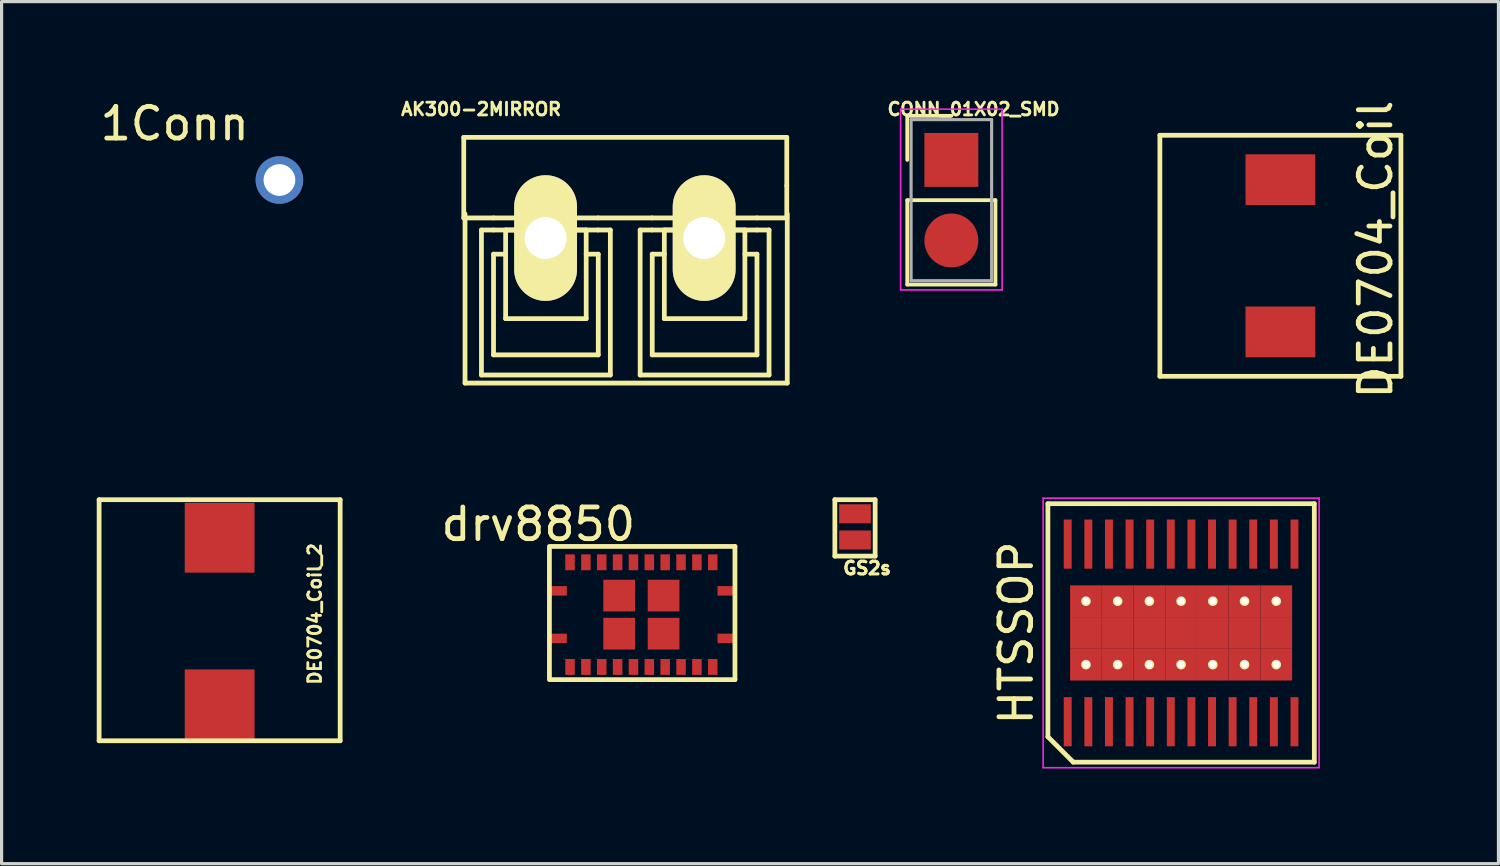
<source format=kicad_pcb>
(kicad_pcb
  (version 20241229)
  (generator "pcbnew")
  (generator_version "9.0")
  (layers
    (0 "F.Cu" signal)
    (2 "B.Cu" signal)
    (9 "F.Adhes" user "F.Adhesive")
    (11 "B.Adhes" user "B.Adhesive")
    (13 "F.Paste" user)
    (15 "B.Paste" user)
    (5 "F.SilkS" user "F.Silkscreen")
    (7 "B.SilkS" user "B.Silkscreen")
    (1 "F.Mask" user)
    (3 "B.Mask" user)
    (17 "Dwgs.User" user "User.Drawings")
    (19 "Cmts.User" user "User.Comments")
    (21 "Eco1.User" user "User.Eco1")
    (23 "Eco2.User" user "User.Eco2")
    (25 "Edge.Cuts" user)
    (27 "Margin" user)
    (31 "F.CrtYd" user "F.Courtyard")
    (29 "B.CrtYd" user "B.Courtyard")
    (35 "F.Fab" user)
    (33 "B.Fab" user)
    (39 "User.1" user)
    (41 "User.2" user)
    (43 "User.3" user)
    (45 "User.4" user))
  (footprint "CONN_01X02_SMD"
    (layer "F.Cu")
    (at 26.946 1.992)
    (property "Reference" "CONN_01X02_SMD" (at 0.7 -1.6 180) (layer "F.SilkS") (effects (font (size 0.4 0.4) (thickness 0.09))))
    (attr through_hole)
    (fp_line (start -1.39 -1.39) (end 0 -1.39) (stroke (width 0.12) (type solid)) (layer "F.SilkS"))
    (fp_line (start -1.39 0) (end -1.39 -1.39) (stroke (width 0.12) (type solid)) (layer "F.SilkS"))
    (fp_line (start -1.39 1.27) (end -1.39 3.93) (stroke (width 0.12) (type solid)) (layer "F.SilkS"))
    (fp_line (start -1.39 3.93) (end 1.39 3.93) (stroke (width 0.12) (type solid)) (layer "F.SilkS"))
    (fp_line (start 1.39 1.27) (end -1.39 1.27) (stroke (width 0.12) (type solid)) (layer "F.SilkS"))
    (fp_line (start 1.39 3.93) (end 1.39 1.27) (stroke (width 0.12) (type solid)) (layer "F.SilkS"))
    (fp_line (start -1.6 -1.6) (end -1.6 4.1) (stroke (width 0.05) (type solid)) (layer "F.CrtYd"))
    (fp_line (start -1.6 4.1) (end 1.6 4.1) (stroke (width 0.05) (type solid)) (layer "F.CrtYd"))
    (fp_line (start 1.6 -1.6) (end -1.6 -1.6) (stroke (width 0.05) (type solid)) (layer "F.CrtYd"))
    (fp_line (start 1.6 4.1) (end 1.6 -1.6) (stroke (width 0.05) (type solid)) (layer "F.CrtYd"))
    (fp_line (start -1.27 -1.27) (end -1.27 3.81) (stroke (width 0.1) (type solid)) (layer "F.Fab"))
    (fp_line (start -1.27 3.81) (end 1.27 3.81) (stroke (width 0.1) (type solid)) (layer "F.Fab"))
    (fp_line (start 1.27 -1.27) (end -1.27 -1.27) (stroke (width 0.1) (type solid)) (layer "F.Fab"))
    (fp_line (start 1.27 3.81) (end 1.27 -1.27) (stroke (width 0.1) (type solid)) (layer "F.Fab"))
    (pad "1" smd rect (at 0 0) (size 1.7 1.7) (layers "F.Cu" "F.Mask" "F.Paste"))
    (pad "2" smd oval (at 0 2.54) (size 1.7 1.7) (layers "F.Cu" "F.Mask" "F.Paste")))
  (footprint "1Conn"
    (layer "F.Cu")
    (at 5.76 2.626)
    (property "Reference" "1Conn" (at -3.302 -1.778 0) (layer "F.SilkS") (effects (font (size 1 1) (thickness 0.15))))
    (attr through_hole)
    (pad "1" thru_hole circle (at 0 0) (size 1.5 1.5) (drill 1) (layers "*.Cu" "*.Mask")))
  (footprint "DE0704_Coil"
    (layer "F.Cu")
    (at 37.321 7.415)
    (property "Reference" "DE0704_Coil" (at 3 -2.6 90) (layer "F.SilkS") (effects (font (size 1 1) (thickness 0.15))))
    (attr through_hole)
    (fp_line (start -3.8 -6.2) (end -3.8 1.4) (stroke (width 0.15) (type solid)) (layer "F.SilkS"))
    (fp_line (start -3.8 1.4) (end 3.8 1.4) (stroke (width 0.15) (type solid)) (layer "F.SilkS"))
    (fp_line (start 3.8 -6.2) (end -3.8 -6.2) (stroke (width 0.15) (type solid)) (layer "F.SilkS"))
    (fp_line (start 3.8 1.4) (end 3.8 -6.2) (stroke (width 0.15) (type solid)) (layer "F.SilkS"))
    (pad "1" smd rect (at 0 0) (size 2.2 1.6) (layers "F.Cu" "F.Mask" "F.Paste"))
    (pad "2" smd rect (at 0 -4.8) (size 2.2 1.6) (layers "F.Cu" "F.Mask" "F.Paste")))
  (footprint "AK300-2MIRROR"
    (layer "F.Cu")
    (at 14.152 4.456)
    (property "Reference" "AK300-2MIRROR" (at -2.032 -4.064 0) (layer "F.SilkS") (effects (font (size 0.4 0.4) (thickness 0.09))))
    (attr exclude_from_pos_files exclude_from_bom)
    (fp_line (start -2.58 -3.175) (end 7.605 -3.175) (stroke (width 0.15) (type solid)) (layer "F.SilkS"))
    (fp_line (start -2.58 -0.635) (end -2.58 -3.175) (stroke (width 0.15) (type solid)) (layer "F.SilkS"))
    (fp_line (start -2.58 -0.635) (end -1.641 -0.635) (stroke (width 0.15) (type solid)) (layer "F.SilkS"))
    (fp_line (start -2.54 -0.762) (end -2.54 4.572) (stroke (width 0.15) (type solid)) (layer "F.SilkS"))
    (fp_line (start -2.54 4.572) (end 7.62 4.572) (stroke (width 0.15) (type solid)) (layer "F.SilkS"))
    (fp_line (start -2.022 -0.254) (end -2.022 4.318) (stroke (width 0.15) (type solid)) (layer "F.SilkS"))
    (fp_line (start -2.022 -0.254) (end -1.641 -0.254) (stroke (width 0.15) (type solid)) (layer "F.SilkS"))
    (fp_line (start -1.641 -0.635) (end 1.661 -0.635) (stroke (width 0.15) (type solid)) (layer "F.SilkS"))
    (fp_line (start -1.641 0.508) (end -1.26 0.508) (stroke (width 0.15) (type solid)) (layer "F.SilkS"))
    (fp_line (start -1.641 3.683) (end -1.641 0.508) (stroke (width 0.15) (type solid)) (layer "F.SilkS"))
    (fp_line (start -1.26 -0.254) (end 1.28 -0.254) (stroke (width 0.15) (type solid)) (layer "F.SilkS"))
    (fp_line (start -1.26 2.54) (end -1.26 -0.254) (stroke (width 0.15) (type solid)) (layer "F.SilkS"))
    (fp_line (start -1.26 2.54) (end 1.28 2.54) (stroke (width 0.15) (type solid)) (layer "F.SilkS"))
    (fp_line (start 1.28 2.54) (end 1.28 -0.254) (stroke (width 0.15) (type solid)) (layer "F.SilkS"))
    (fp_line (start 1.661 -0.635) (end 3.363 -0.635) (stroke (width 0.15) (type solid)) (layer "F.SilkS"))
    (fp_line (start 1.661 -0.254) (end -1.641 -0.254) (stroke (width 0.15) (type solid)) (layer "F.SilkS"))
    (fp_line (start 1.661 0.508) (end 1.28 0.508) (stroke (width 0.15) (type solid)) (layer "F.SilkS"))
    (fp_line (start 1.661 3.683) (end -1.641 3.683) (stroke (width 0.15) (type solid)) (layer "F.SilkS"))
    (fp_line (start 1.661 3.683) (end 1.661 0.508) (stroke (width 0.15) (type solid)) (layer "F.SilkS"))
    (fp_line (start 2.042 -0.254) (end 1.661 -0.254) (stroke (width 0.15) (type solid)) (layer "F.SilkS"))
    (fp_line (start 2.042 4.318) (end -2.022 4.318) (stroke (width 0.15) (type solid)) (layer "F.SilkS"))
    (fp_line (start 2.042 4.318) (end 2.042 -0.254) (stroke (width 0.15) (type solid)) (layer "F.SilkS"))
    (fp_line (start 2.982 -0.254) (end 3.363 -0.254) (stroke (width 0.15) (type solid)) (layer "F.SilkS"))
    (fp_line (start 2.982 4.318) (end 2.982 -0.254) (stroke (width 0.15) (type solid)) (layer "F.SilkS"))
    (fp_line (start 2.982 4.318) (end 7.046 4.318) (stroke (width 0.15) (type solid)) (layer "F.SilkS"))
    (fp_line (start 3.363 -0.254) (end 6.665 -0.254) (stroke (width 0.15) (type solid)) (layer "F.SilkS"))
    (fp_line (start 3.363 0.508) (end 3.744 0.508) (stroke (width 0.15) (type solid)) (layer "F.SilkS"))
    (fp_line (start 3.363 3.683) (end 3.363 0.508) (stroke (width 0.15) (type solid)) (layer "F.SilkS"))
    (fp_line (start 3.744 -0.254) (end 6.284 -0.254) (stroke (width 0.15) (type solid)) (layer "F.SilkS"))
    (fp_line (start 3.744 2.54) (end 3.744 -0.254) (stroke (width 0.15) (type solid)) (layer "F.SilkS"))
    (fp_line (start 3.744 2.54) (end 6.284 2.54) (stroke (width 0.15) (type solid)) (layer "F.SilkS"))
    (fp_line (start 6.284 2.54) (end 6.284 -0.254) (stroke (width 0.15) (type solid)) (layer "F.SilkS"))
    (fp_line (start 6.665 -0.635) (end 3.363 -0.635) (stroke (width 0.15) (type solid)) (layer "F.SilkS"))
    (fp_line (start 6.665 0.508) (end 6.284 0.508) (stroke (width 0.15) (type solid)) (layer "F.SilkS"))
    (fp_line (start 6.665 3.683) (end 3.363 3.683) (stroke (width 0.15) (type solid)) (layer "F.SilkS"))
    (fp_line (start 6.665 3.683) (end 6.665 0.508) (stroke (width 0.15) (type solid)) (layer "F.SilkS"))
    (fp_line (start 7.046 -0.254) (end 6.665 -0.254) (stroke (width 0.15) (type solid)) (layer "F.SilkS"))
    (fp_line (start 7.046 -0.254) (end 7.046 4.318) (stroke (width 0.15) (type solid)) (layer "F.SilkS"))
    (fp_line (start 7.605 -3.175) (end 7.605 -1.651) (stroke (width 0.15) (type solid)) (layer "F.SilkS"))
    (fp_line (start 7.605 -1.651) (end 7.605 -0.635) (stroke (width 0.15) (type solid)) (layer "F.SilkS"))
    (fp_line (start 7.605 -0.635) (end 6.665 -0.635) (stroke (width 0.15) (type solid)) (layer "F.SilkS"))
    (fp_line (start 7.62 4.572) (end 7.62 -0.762) (stroke (width 0.15) (type solid)) (layer "F.SilkS"))
    (pad "1" thru_hole oval (at 5 0) (size 1.981 3.962) (drill 1.321) (layers "*.Cu" "F.Mask" "F.SilkS" "F.Paste"))
    (pad "2" thru_hole oval (at 0 0) (size 1.981 3.962) (drill 1.321) (layers "*.Cu" "F.Mask" "F.SilkS" "F.Paste")))
  (footprint "DE0704_Coil_2"
    (layer "F.Cu")
    (at 3.875 18.906)
    (property "Reference" "DE0704_Coil_2" (at 3 -2.6 90) (layer "F.SilkS") (effects (font (size 0.4 0.4) (thickness 0.09))))
    (attr through_hole)
    (fp_line (start -3.8 -6.2) (end -3.8 1.4) (stroke (width 0.15) (type solid)) (layer "F.SilkS"))
    (fp_line (start -3.8 1.4) (end 3.8 1.4) (stroke (width 0.15) (type solid)) (layer "F.SilkS"))
    (fp_line (start 3.8 -6.2) (end -3.8 -6.2) (stroke (width 0.15) (type solid)) (layer "F.SilkS"))
    (fp_line (start 3.8 1.4) (end 3.8 -6.2) (stroke (width 0.15) (type solid)) (layer "F.SilkS"))
    (pad "1" smd rect (at 0 0.25) (size 2.2 2.2) (layers "F.Cu" "F.Mask" "F.Paste"))
    (pad "2" smd rect (at 0 -5) (size 2.2 2.2) (layers "F.Cu" "F.Mask" "F.Paste")))
  (footprint "HTSSOP"
    (layer "F.Cu")
    (at 34.19 16.906)
    (property "Reference" "HTSSOP" (at -5.2 0 90) (layer "F.SilkS") (effects (font (size 1 1) (thickness 0.15))))
    (attr smd)
    (fp_line (start -4.2 -4.075) (end 4.2 -4.075) (stroke (width 0.15) (type solid)) (layer "F.SilkS"))
    (fp_line (start -4.2 3.275) (end -4.2 -4.075) (stroke (width 0.15) (type solid)) (layer "F.SilkS"))
    (fp_line (start -3.4 4.075) (end -4.2 3.275) (stroke (width 0.15) (type solid)) (layer "F.SilkS"))
    (fp_line (start 4.2 -4.075) (end 4.2 4.075) (stroke (width 0.15) (type solid)) (layer "F.SilkS"))
    (fp_line (start 4.2 4.075) (end -3.4 4.075) (stroke (width 0.15) (type solid)) (layer "F.SilkS"))
    (fp_line (start -4.35 -4.25) (end 4.35 -4.25) (stroke (width 0.05) (type solid)) (layer "F.CrtYd"))
    (fp_line (start -4.35 4.25) (end -4.35 -4.25) (stroke (width 0.05) (type solid)) (layer "F.CrtYd"))
    (fp_line (start 4.35 -4.25) (end 4.35 4.25) (stroke (width 0.05) (type solid)) (layer "F.CrtYd"))
    (fp_line (start 4.35 4.25) (end -4.35 4.25) (stroke (width 0.05) (type solid)) (layer "F.CrtYd"))
    (pad "1" smd rect (at -3.575 2.8) (size 0.25 1.55) (layers "F.Cu" "F.Mask" "F.Paste"))
    (pad "2" smd rect (at -2.925 2.8) (size 0.25 1.55) (layers "F.Cu" "F.Mask" "F.Paste"))
    (pad "3" smd rect (at -2.275 2.8) (size 0.25 1.55) (layers "F.Cu" "F.Mask" "F.Paste"))
    (pad "4" smd rect (at -1.625 2.8) (size 0.25 1.55) (layers "F.Cu" "F.Mask" "F.Paste"))
    (pad "5" smd rect (at -0.975 2.8) (size 0.25 1.55) (layers "F.Cu" "F.Mask" "F.Paste"))
    (pad "6" smd rect (at -0.325 2.8) (size 0.25 1.55) (layers "F.Cu" "F.Mask" "F.Paste"))
    (pad "7" smd rect (at 0.325 2.8) (size 0.25 1.55) (layers "F.Cu" "F.Mask" "F.Paste"))
    (pad "8" smd rect (at 0.975 2.8) (size 0.25 1.55) (layers "F.Cu" "F.Mask" "F.Paste"))
    (pad "9" smd rect (at 1.625 2.8) (size 0.25 1.55) (layers "F.Cu" "F.Mask" "F.Paste"))
    (pad "10" smd rect (at 2.275 2.8) (size 0.25 1.55) (layers "F.Cu" "F.Mask" "F.Paste"))
    (pad "11" smd rect (at 2.925 2.8) (size 0.25 1.55) (layers "F.Cu" "F.Mask" "F.Paste"))
    (pad "12" smd rect (at 3.575 2.8) (size 0.25 1.55) (layers "F.Cu" "F.Mask" "F.Paste"))
    (pad "13" smd rect (at 3.575 -2.8) (size 0.25 1.55) (layers "F.Cu" "F.Mask" "F.Paste"))
    (pad "14" smd rect (at 2.925 -2.8) (size 0.25 1.55) (layers "F.Cu" "F.Mask" "F.Paste"))
    (pad "15" smd rect (at 2.275 -2.8) (size 0.25 1.55) (layers "F.Cu" "F.Mask" "F.Paste"))
    (pad "16" smd rect (at 1.625 -2.8) (size 0.25 1.55) (layers "F.Cu" "F.Mask" "F.Paste"))
    (pad "17" smd rect (at 0.975 -2.8) (size 0.25 1.55) (layers "F.Cu" "F.Mask" "F.Paste"))
    (pad "18" smd rect (at 0.325 -2.8) (size 0.25 1.55) (layers "F.Cu" "F.Mask" "F.Paste"))
    (pad "19" smd rect (at -0.325 -2.8) (size 0.25 1.55) (layers "F.Cu" "F.Mask" "F.Paste"))
    (pad "20" smd rect (at -0.975 -2.8) (size 0.25 1.55) (layers "F.Cu" "F.Mask" "F.Paste"))
    (pad "21" smd rect (at -1.625 -2.8) (size 0.25 1.55) (layers "F.Cu" "F.Mask" "F.Paste"))
    (pad "22" smd rect (at -2.275 -2.8) (size 0.25 1.55) (layers "F.Cu" "F.Mask" "F.Paste"))
    (pad "23" smd rect (at -2.925 -2.8) (size 0.25 1.55) (layers "F.Cu" "F.Mask" "F.Paste"))
    (pad "24" smd rect (at -3.575 -2.8) (size 0.25 1.55) (layers "F.Cu" "F.Mask" "F.Paste"))
    (pad "25" thru_hole circle (at -3 -1) (size 0.3 0.3) (drill 0.2) (layers "*.Cu" "*.Mask" "F.SilkS"))
    (pad "25" smd rect (at -3 -1) (size 1 1) (layers "F.Cu" "F.Mask" "F.Paste"))
    (pad "25" smd rect (at -3 0) (size 1 1) (layers "F.Cu" "F.Mask" "F.Paste"))
    (pad "25" thru_hole circle (at -3 1) (size 0.3 0.3) (drill 0.2) (layers "*.Cu" "*.Mask" "F.SilkS"))
    (pad "25" smd rect (at -3 1) (size 1 1) (layers "F.Cu" "F.Mask" "F.Paste"))
    (pad "25" thru_hole circle (at -2 -1) (size 0.3 0.3) (drill 0.2) (layers "*.Cu" "*.Mask" "F.SilkS"))
    (pad "25" smd rect (at -2 -1) (size 1 1) (layers "F.Cu" "F.Mask" "F.Paste"))
    (pad "25" smd rect (at -2 0) (size 1 1) (layers "F.Cu" "F.Mask" "F.Paste"))
    (pad "25" thru_hole circle (at -2 1) (size 0.3 0.3) (drill 0.2) (layers "*.Cu" "*.Mask" "F.SilkS"))
    (pad "25" smd rect (at -2 1) (size 1 1) (layers "F.Cu" "F.Mask" "F.Paste"))
    (pad "25" thru_hole circle (at -1 -1) (size 0.3 0.3) (drill 0.2) (layers "*.Cu" "*.Mask" "F.SilkS"))
    (pad "25" smd rect (at -1 -1) (size 1 1) (layers "F.Cu" "F.Mask" "F.Paste"))
    (pad "25" smd rect (at -1 0) (size 1 1) (layers "F.Cu" "F.Mask" "F.Paste"))
    (pad "25" thru_hole circle (at -1 1) (size 0.3 0.3) (drill 0.2) (layers "*.Cu" "*.Mask" "F.SilkS"))
    (pad "25" smd rect (at -1 1) (size 1 1) (layers "F.Cu" "F.Mask" "F.Paste"))
    (pad "25" thru_hole circle (at 0 -1) (size 0.3 0.3) (drill 0.2) (layers "*.Cu" "*.Mask" "F.SilkS"))
    (pad "25" smd rect (at 0 -1) (size 1 1) (layers "F.Cu" "F.Mask" "F.Paste"))
    (pad "25" smd rect (at 0 0) (size 1 1) (layers "F.Cu" "F.Mask" "F.Paste"))
    (pad "25" thru_hole circle (at 0 1) (size 0.3 0.3) (drill 0.2) (layers "*.Cu" "*.Mask" "F.SilkS"))
    (pad "25" smd rect (at 0 1) (size 1 1) (layers "F.Cu" "F.Mask" "F.Paste"))
    (pad "25" thru_hole circle (at 1 -1) (size 0.3 0.3) (drill 0.2) (layers "*.Cu" "*.Mask" "F.SilkS"))
    (pad "25" smd rect (at 1 -1) (size 1 1) (layers "F.Cu" "F.Mask" "F.Paste"))
    (pad "25" smd rect (at 1 0) (size 1 1) (layers "F.Cu" "F.Mask" "F.Paste"))
    (pad "25" thru_hole circle (at 1 1) (size 0.3 0.3) (drill 0.2) (layers "*.Cu" "*.Mask" "F.SilkS"))
    (pad "25" smd rect (at 1 1) (size 1 1) (layers "F.Cu" "F.Mask" "F.Paste"))
    (pad "25" thru_hole circle (at 2 -1) (size 0.3 0.3) (drill 0.2) (layers "*.Cu" "*.Mask" "F.SilkS"))
    (pad "25" smd rect (at 2 -1) (size 1 1) (layers "F.Cu" "F.Mask" "F.Paste"))
    (pad "25" smd rect (at 2 0) (size 1 1) (layers "F.Cu" "F.Mask" "F.Paste"))
    (pad "25" thru_hole circle (at 2 1) (size 0.3 0.3) (drill 0.2) (layers "*.Cu" "*.Mask" "F.SilkS"))
    (pad "25" smd rect (at 2 1) (size 1 1) (layers "F.Cu" "F.Mask" "F.Paste"))
    (pad "25" thru_hole circle (at 3 -1) (size 0.3 0.3) (drill 0.2) (layers "*.Cu" "*.Mask" "F.SilkS"))
    (pad "25" smd rect (at 3 -1) (size 1 1) (layers "F.Cu" "F.Mask" "F.Paste"))
    (pad "25" smd rect (at 3 0) (size 1 1) (layers "F.Cu" "F.Mask" "F.Paste"))
    (pad "25" thru_hole circle (at 3 1) (size 0.3 0.3) (drill 0.2) (layers "*.Cu" "*.Mask" "F.SilkS"))
    (pad "25" smd rect (at 3 1) (size 1 1) (layers "F.Cu" "F.Mask" "F.Paste")))
  (footprint "drv8850"
    (layer "F.Cu")
    (at 14.923 14.579)
    (property "Reference" "drv8850" (at -1 -1.1 0) (layer "F.SilkS") (effects (font (size 1 1) (thickness 0.15))))
    (attr through_hole)
    (fp_line (start -0.65 3.8) (end -0.65 -0.4) (stroke (width 0.15) (type solid)) (layer "F.SilkS"))
    (fp_line (start -0.6 -0.4) (end 5.2 -0.4) (stroke (width 0.15) (type solid)) (layer "F.SilkS"))
    (fp_line (start -0.6 3.8) (end 5.2 3.8) (stroke (width 0.15) (type solid)) (layer "F.SilkS"))
    (fp_line (start 5.2 -0.4) (end 5.2 3.8) (stroke (width 0.15) (type solid)) (layer "F.SilkS"))
    (pad "1" smd rect (at -0.35 1) (size 0.5 0.3) (layers "F.Cu" "F.Mask" "F.Paste"))
    (pad "2" smd rect (at 0 0.1) (size 0.3 0.5) (layers "F.Cu" "F.Mask" "F.Paste"))
    (pad "3" smd rect (at 0.5 0.1) (size 0.3 0.5) (layers "F.Cu" "F.Mask" "F.Paste"))
    (pad "4" smd rect (at 1 0.1) (size 0.3 0.5) (layers "F.Cu" "F.Mask" "F.Paste"))
    (pad "5" smd rect (at 1.5 0.1) (size 0.3 0.5) (layers "F.Cu" "F.Mask" "F.Paste"))
    (pad "6" smd rect (at 2 0.1) (size 0.3 0.5) (layers "F.Cu" "F.Mask" "F.Paste"))
    (pad "7" smd rect (at 2.5 0.1) (size 0.3 0.5) (layers "F.Cu" "F.Mask" "F.Paste"))
    (pad "8" smd rect (at 3 0.1) (size 0.3 0.5) (layers "F.Cu" "F.Mask" "F.Paste"))
    (pad "9" smd rect (at 3.5 0.1) (size 0.3 0.5) (layers "F.Cu" "F.Mask" "F.Paste"))
    (pad "10" smd rect (at 4 0.1) (size 0.3 0.5) (layers "F.Cu" "F.Mask" "F.Paste"))
    (pad "11" smd rect (at 4.5 0.1) (size 0.3 0.5) (layers "F.Cu" "F.Mask" "F.Paste"))
    (pad "12" smd rect (at 4.9 1) (size 0.5 0.3) (layers "F.Cu" "F.Mask" "F.Paste"))
    (pad "13" smd rect (at 4.9 2.5) (size 0.5 0.3) (layers "F.Cu" "F.Mask" "F.Paste"))
    (pad "14" smd rect (at 4.5 3.4) (size 0.3 0.5) (layers "F.Cu" "F.Mask" "F.Paste"))
    (pad "15" smd rect (at 4 3.4) (size 0.3 0.5) (layers "F.Cu" "F.Mask" "F.Paste"))
    (pad "16" smd rect (at 3.5 3.4) (size 0.3 0.5) (layers "F.Cu" "F.Mask" "F.Paste"))
    (pad "17" smd rect (at 3 3.4) (size 0.3 0.5) (layers "F.Cu" "F.Mask" "F.Paste"))
    (pad "18" smd rect (at 2.5 3.4) (size 0.3 0.5) (layers "F.Cu" "F.Mask" "F.Paste"))
    (pad "19" smd rect (at 2 3.4) (size 0.3 0.5) (layers "F.Cu" "F.Mask" "F.Paste"))
    (pad "20" smd rect (at 1.5 3.4) (size 0.3 0.5) (layers "F.Cu" "F.Mask" "F.Paste"))
    (pad "21" smd rect (at 1 3.4) (size 0.3 0.5) (layers "F.Cu" "F.Mask" "F.Paste"))
    (pad "22" smd rect (at 0.5 3.4) (size 0.3 0.5) (layers "F.Cu" "F.Mask" "F.Paste"))
    (pad "23" smd rect (at 0 3.4) (size 0.3 0.5) (layers "F.Cu" "F.Mask" "F.Paste"))
    (pad "24" smd rect (at -0.35 2.5) (size 0.5 0.3) (layers "F.Cu" "F.Mask" "F.Paste"))
    (pad "24" smd rect (at 1.55 1.15) (size 1 1) (layers "F.Cu" "F.Mask" "F.Paste"))
    (pad "24" smd rect (at 1.55 2.35) (size 1 1) (layers "F.Cu" "F.Mask" "F.Paste"))
    (pad "24" smd rect (at 2.95 1.15) (size 1 1) (layers "F.Cu" "F.Mask" "F.Paste"))
    (pad "24" smd rect (at 2.95 2.35) (size 1 1) (layers "F.Cu" "F.Mask" "F.Paste")))
  (footprint "GS2s"
    (layer "F.Cu")
    (at 23.908 13.595)
    (property "Reference" "GS2s" (at 0.381 1.27 0) (layer "F.SilkS") (effects (font (size 0.4 0.4) (thickness 0.1))))
    (attr exclude_from_pos_files exclude_from_bom)
    (fp_line (start -0.635 -0.889) (end -0.635 0.889) (stroke (width 0.15) (type solid)) (layer "F.SilkS"))
    (fp_line (start -0.635 0.889) (end 0.635 0.889) (stroke (width 0.15) (type solid)) (layer "F.SilkS"))
    (fp_line (start 0.635 -0.889) (end -0.635 -0.889) (stroke (width 0.15) (type solid)) (layer "F.SilkS"))
    (fp_line (start 0.635 0.889) (end 0.635 -0.889) (stroke (width 0.15) (type solid)) (layer "F.SilkS"))
    (pad "1" smd rect (at 0 -0.445) (size 1 0.6) (layers "F.Cu" "F.Mask" "F.Paste"))
    (pad "2" smd rect (at 0 0.381) (size 1 0.6) (layers "F.Cu" "F.Mask" "F.Paste")))
  (gr_rect
    (start -3 -3)
    (end 44.196 24.181)
    (stroke (width 0.1) (type default))
    (fill no)
    (layer "Edge.Cuts")))
</source>
